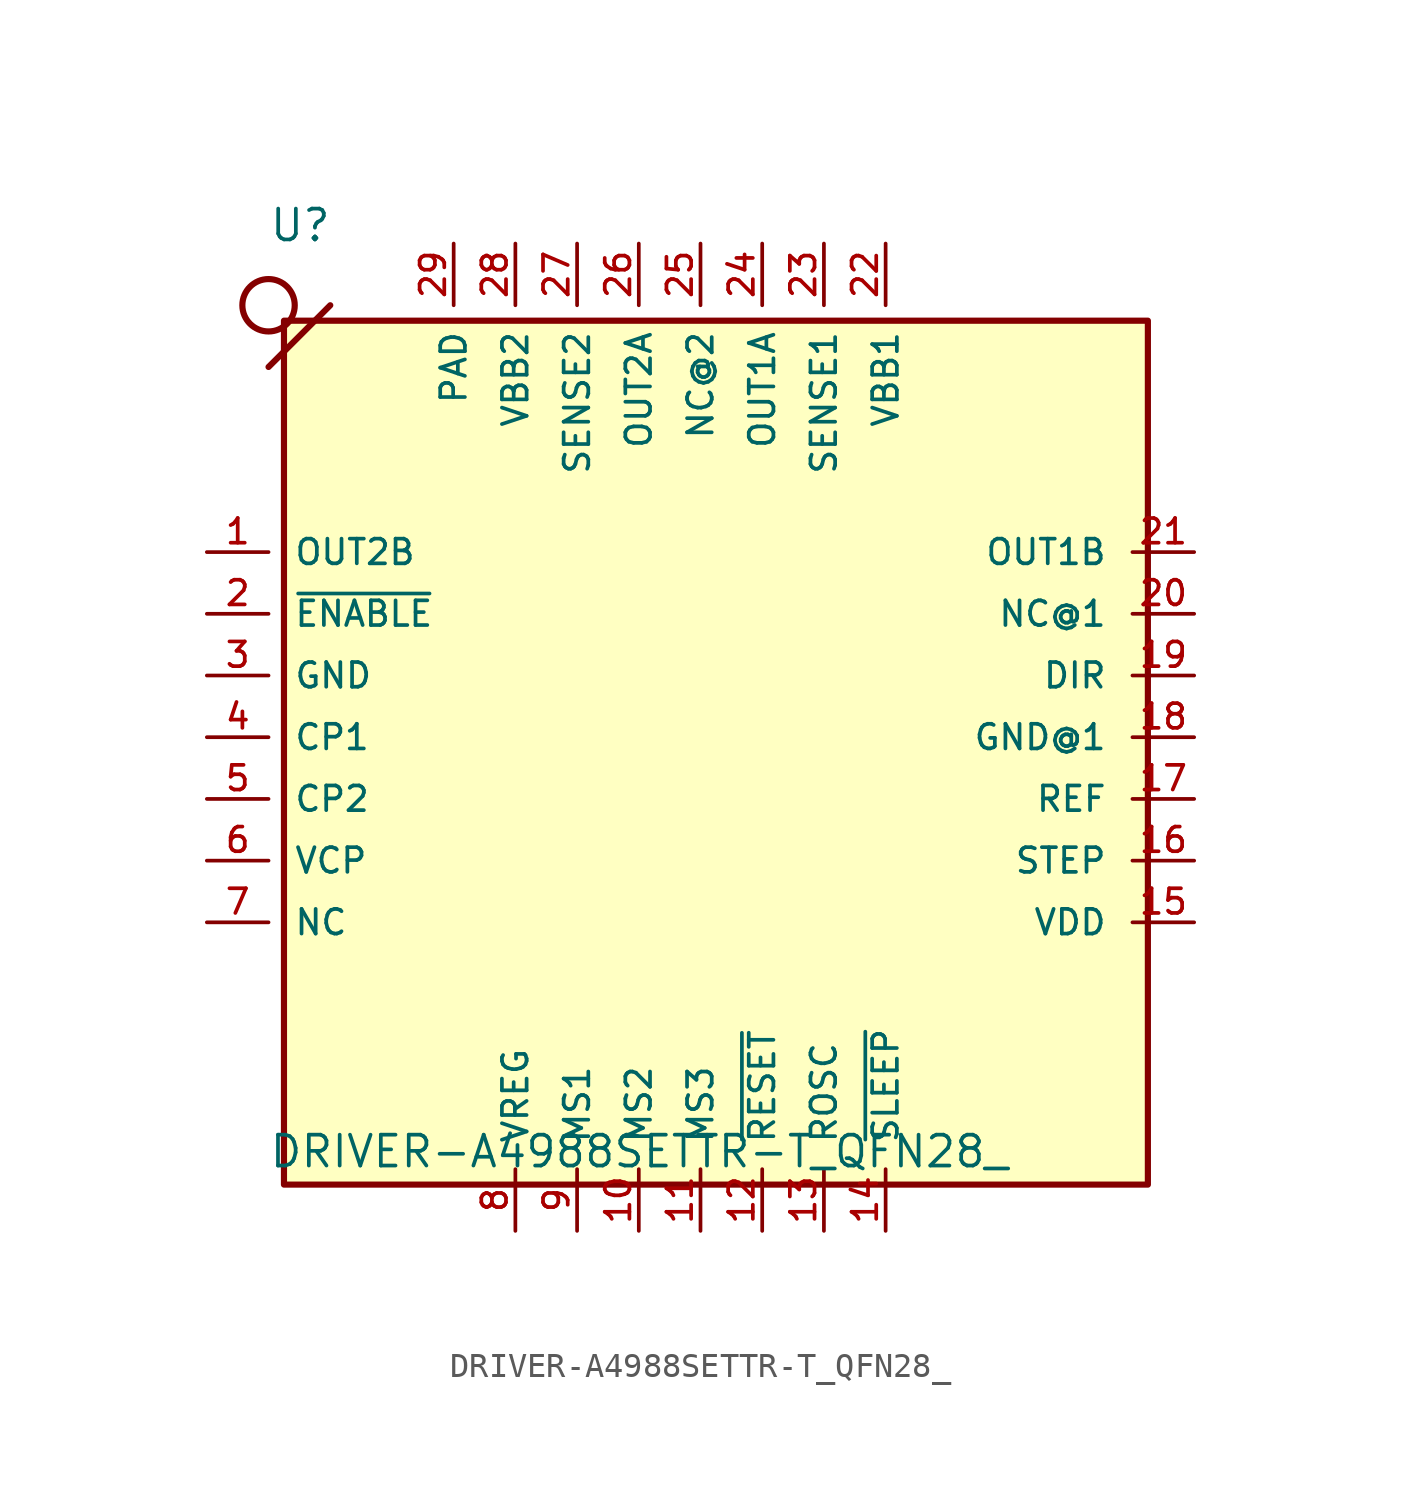
<source format=kicad_sym>
(kicad_symbol_lib
  (version 20211014)
  (generator kicad_symbol_editor)
  (symbol "DRIVER-A4988SETTR-T_QFN28_"
    (pin_names
      (offset 1.016))
    (property "Reference" "U"
      (at -17.785 20.326 0)
      (effects (font (size 1.27 1.27)) (justify bottom left)))
    (property "Value" "DRIVER-A4988SETTR-T_QFN28_"
      (at -17.794 -17.794 0)
      (effects (font (size 1.27 1.27)) (justify bottom left)))
    (symbol "DRIVER-A4988SETTR-T_QFN28__0_0"
      (polyline (pts (xy -17.78 15.24) (xy -15.24 17.78)) (stroke (width 0.254)))
      (circle (center -17.78 17.78) (radius 1.078) (stroke (width 0.254)) (fill (type none)))
      (rectangle (start -17.145 -18.415) (end 18.415 17.145) (stroke (width 0.254)) (fill (type background)))
      (pin bidirectional line (at -20.32 7.62 0) (length 2.54) (name "OUT2B" (effects (font (size 1.016 1.016)))) (number "1" (effects (font (size 1.016 1.016)))))
      (pin bidirectional line (at -20.32 5.08 0) (length 2.54) (name "~{ENABLE}" (effects (font (size 1.016 1.016)))) (number "2" (effects (font (size 1.016 1.016)))))
      (pin bidirectional line (at -20.32 2.54 0) (length 2.54) (name "GND" (effects (font (size 1.016 1.016)))) (number "3" (effects (font (size 1.016 1.016)))))
      (pin bidirectional line (at -20.32 0.0 0) (length 2.54) (name "CP1" (effects (font (size 1.016 1.016)))) (number "4" (effects (font (size 1.016 1.016)))))
      (pin bidirectional line (at -20.32 -2.54 0) (length 2.54) (name "CP2" (effects (font (size 1.016 1.016)))) (number "5" (effects (font (size 1.016 1.016)))))
      (pin bidirectional line (at -20.32 -5.08 0) (length 2.54) (name "VCP" (effects (font (size 1.016 1.016)))) (number "6" (effects (font (size 1.016 1.016)))))
      (pin bidirectional line (at -20.32 -7.62 0) (length 2.54) (name "NC" (effects (font (size 1.016 1.016)))) (number "7" (effects (font (size 1.016 1.016)))))
      (pin bidirectional line (at -7.62 -20.32 90.0) (length 2.54) (name "VREG" (effects (font (size 1.016 1.016)))) (number "8" (effects (font (size 1.016 1.016)))))
      (pin bidirectional line (at -5.08 -20.32 90.0) (length 2.54) (name "MS1" (effects (font (size 1.016 1.016)))) (number "9" (effects (font (size 1.016 1.016)))))
      (pin bidirectional line (at -2.54 -20.32 90.0) (length 2.54) (name "MS2" (effects (font (size 1.016 1.016)))) (number "10" (effects (font (size 1.016 1.016)))))
      (pin bidirectional line (at 0.0 -20.32 90.0) (length 2.54) (name "MS3" (effects (font (size 1.016 1.016)))) (number "11" (effects (font (size 1.016 1.016)))))
      (pin bidirectional line (at 2.54 -20.32 90.0) (length 2.54) (name "~{RESET}" (effects (font (size 1.016 1.016)))) (number "12" (effects (font (size 1.016 1.016)))))
      (pin bidirectional line (at 5.08 -20.32 90.0) (length 2.54) (name "ROSC" (effects (font (size 1.016 1.016)))) (number "13" (effects (font (size 1.016 1.016)))))
      (pin bidirectional line (at 7.62 -20.32 90.0) (length 2.54) (name "~{SLEEP}" (effects (font (size 1.016 1.016)))) (number "14" (effects (font (size 1.016 1.016)))))
      (pin bidirectional line (at 20.32 -7.62 180.0) (length 2.54) (name "VDD" (effects (font (size 1.016 1.016)))) (number "15" (effects (font (size 1.016 1.016)))))
      (pin bidirectional line (at 20.32 -5.08 180.0) (length 2.54) (name "STEP" (effects (font (size 1.016 1.016)))) (number "16" (effects (font (size 1.016 1.016)))))
      (pin bidirectional line (at 20.32 -2.54 180.0) (length 2.54) (name "REF" (effects (font (size 1.016 1.016)))) (number "17" (effects (font (size 1.016 1.016)))))
      (pin bidirectional line (at 20.32 0.0 180.0) (length 2.54) (name "GND@1" (effects (font (size 1.016 1.016)))) (number "18" (effects (font (size 1.016 1.016)))))
      (pin bidirectional line (at 20.32 2.54 180.0) (length 2.54) (name "DIR" (effects (font (size 1.016 1.016)))) (number "19" (effects (font (size 1.016 1.016)))))
      (pin bidirectional line (at 20.32 5.08 180.0) (length 2.54) (name "NC@1" (effects (font (size 1.016 1.016)))) (number "20" (effects (font (size 1.016 1.016)))))
      (pin bidirectional line (at 20.32 7.62 180.0) (length 2.54) (name "OUT1B" (effects (font (size 1.016 1.016)))) (number "21" (effects (font (size 1.016 1.016)))))
      (pin bidirectional line (at 7.62 20.32 270.0) (length 2.54) (name "VBB1" (effects (font (size 1.016 1.016)))) (number "22" (effects (font (size 1.016 1.016)))))
      (pin bidirectional line (at 5.08 20.32 270.0) (length 2.54) (name "SENSE1" (effects (font (size 1.016 1.016)))) (number "23" (effects (font (size 1.016 1.016)))))
      (pin bidirectional line (at 2.54 20.32 270.0) (length 2.54) (name "OUT1A" (effects (font (size 1.016 1.016)))) (number "24" (effects (font (size 1.016 1.016)))))
      (pin bidirectional line (at 0.0 20.32 270.0) (length 2.54) (name "NC@2" (effects (font (size 1.016 1.016)))) (number "25" (effects (font (size 1.016 1.016)))))
      (pin bidirectional line (at -2.54 20.32 270.0) (length 2.54) (name "OUT2A" (effects (font (size 1.016 1.016)))) (number "26" (effects (font (size 1.016 1.016)))))
      (pin bidirectional line (at -5.08 20.32 270.0) (length 2.54) (name "SENSE2" (effects (font (size 1.016 1.016)))) (number "27" (effects (font (size 1.016 1.016)))))
      (pin bidirectional line (at -7.62 20.32 270.0) (length 2.54) (name "VBB2" (effects (font (size 1.016 1.016)))) (number "28" (effects (font (size 1.016 1.016)))))
      (pin bidirectional line (at -10.16 20.32 270.0) (length 2.54) (name "PAD" (effects (font (size 1.016 1.016)))) (number "29" (effects (font (size 1.016 1.016))))))))
</source>
